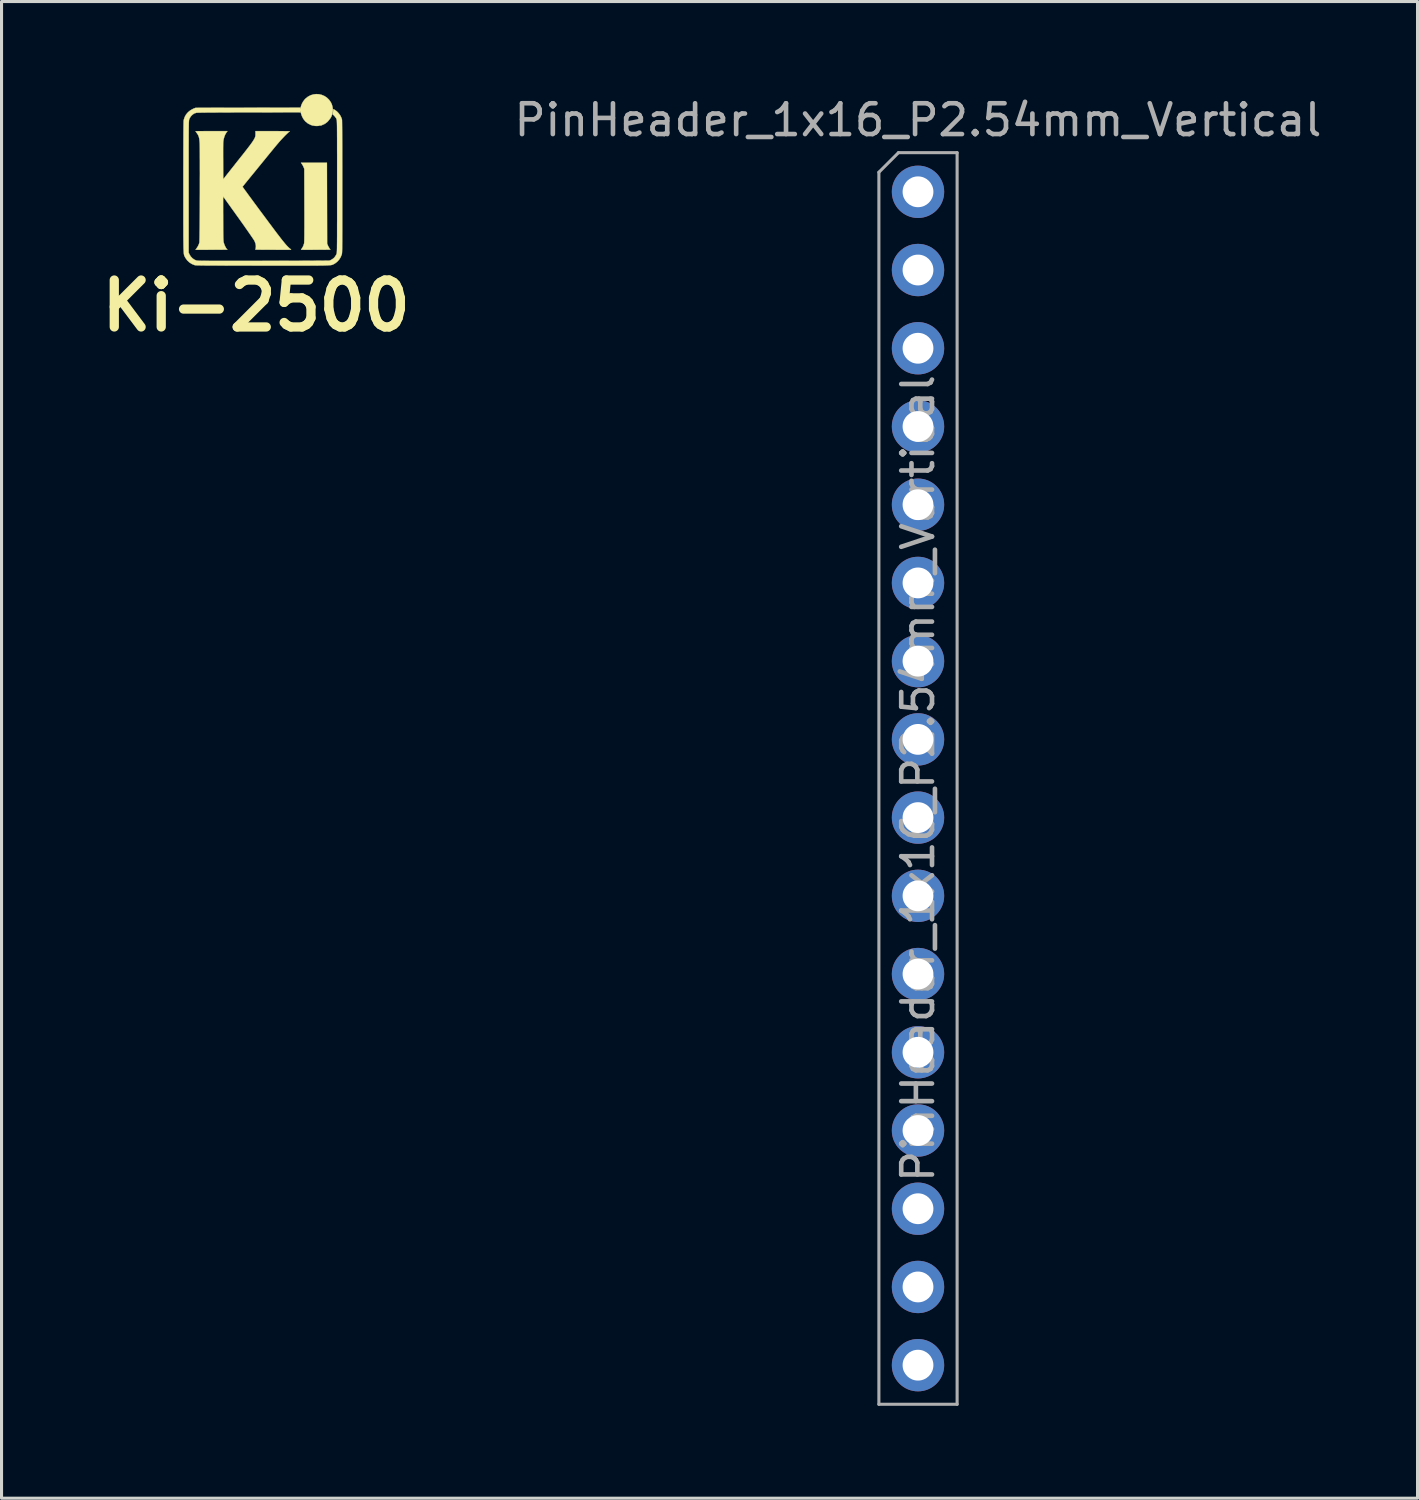
<source format=kicad_pcb>
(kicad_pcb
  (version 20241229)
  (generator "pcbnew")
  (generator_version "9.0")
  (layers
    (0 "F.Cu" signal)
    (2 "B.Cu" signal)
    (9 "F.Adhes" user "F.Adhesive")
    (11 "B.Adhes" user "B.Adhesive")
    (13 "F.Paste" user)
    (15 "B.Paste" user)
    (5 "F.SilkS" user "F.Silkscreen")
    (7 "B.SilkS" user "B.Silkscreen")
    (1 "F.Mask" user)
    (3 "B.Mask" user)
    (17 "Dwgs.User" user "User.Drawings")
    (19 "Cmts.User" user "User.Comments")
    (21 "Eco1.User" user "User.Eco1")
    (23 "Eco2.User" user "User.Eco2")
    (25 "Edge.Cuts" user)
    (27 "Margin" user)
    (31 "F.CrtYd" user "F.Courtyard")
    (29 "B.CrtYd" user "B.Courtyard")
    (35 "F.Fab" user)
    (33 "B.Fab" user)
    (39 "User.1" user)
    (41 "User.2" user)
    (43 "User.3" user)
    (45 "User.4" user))
  (footprint "Ki-2500"
    (layer "F.Cu")
    (at 5.494 2.802)
    (property "Reference" "Ki-2500" (at -0.225 4.075 0) (layer "F.SilkS") (effects (font (size 1.524 1.524) (thickness 0.3))))
    (attr through_hole)
    (fp_poly (pts (xy 2.075 0.744) (xy 2.078 2.057) (xy 2.1 2.113) (xy 2.12 2.153) (xy 2.143 2.194) (xy 2.154 2.212) (xy 2.185 2.255) (xy 1.707 2.258) (xy 1.611 2.258) (xy 1.521 2.259) (xy 1.44 2.259) (xy 1.369 2.259) (xy 1.31 2.258) (xy 1.266 2.258) (xy 1.239 2.257) (xy 1.229 2.256) (xy 1.235 2.247) (xy 1.249 2.227) (xy 1.253 2.221) (xy 1.3 2.143) (xy 1.329 2.056) (xy 1.331 2.047) (xy 1.332 2.03) (xy 1.334 2.001) (xy 1.336 1.959) (xy 1.337 1.903) (xy 1.338 1.832) (xy 1.339 1.746) (xy 1.339 1.644) (xy 1.34 1.526) (xy 1.34 1.39) (xy 1.34 1.236) (xy 1.34 1.064) (xy 1.339 0.872) (xy 1.339 0.808) (xy 1.336 -0.371) (xy 1.313 -0.426) (xy 1.294 -0.467) (xy 1.271 -0.508) (xy 1.259 -0.525) (xy 1.228 -0.569) (xy 2.072 -0.569) (xy 2.075 0.744)) (stroke (width 0.01) (type solid)) (fill yes) (layer "F.SilkS"))
    (fp_poly (pts (xy -1.193 -1.547) (xy -1.231 -1.483) (xy -1.261 -1.409) (xy -1.284 -1.32) (xy -1.285 -1.314) (xy -1.288 -1.295) (xy -1.291 -1.272) (xy -1.294 -1.244) (xy -1.296 -1.21) (xy -1.297 -1.167) (xy -1.298 -1.115) (xy -1.299 -1.051) (xy -1.299 -0.973) (xy -1.299 -0.88) (xy -1.299 -0.77) (xy -1.298 -0.642) (xy -1.298 -0.633) (xy -1.295 -0.032) (xy -1.158 -0.207) (xy -1.122 -0.251) (xy -1.077 -0.309) (xy -1.022 -0.378) (xy -0.961 -0.455) (xy -0.896 -0.538) (xy -0.828 -0.624) (xy -0.759 -0.711) (xy -0.706 -0.777) (xy -0.626 -0.878) (xy -0.558 -0.965) (xy -0.501 -1.039) (xy -0.452 -1.102) (xy -0.412 -1.156) (xy -0.378 -1.202) (xy -0.351 -1.241) (xy -0.328 -1.276) (xy -0.308 -1.307) (xy -0.291 -1.337) (xy -0.278 -1.361) (xy -0.264 -1.392) (xy -0.255 -1.42) (xy -0.25 -1.451) (xy -0.249 -1.494) (xy -0.249 -1.506) (xy -0.249 -1.595) (xy 0.307 -1.595) (xy 0.443 -1.595) (xy 0.561 -1.594) (xy 0.659 -1.593) (xy 0.739 -1.592) (xy 0.799 -1.591) (xy 0.84 -1.589) (xy 0.861 -1.586) (xy 0.864 -1.585) (xy 0.856 -1.575) (xy 0.853 -1.575) (xy 0.84 -1.568) (xy 0.816 -1.548) (xy 0.783 -1.517) (xy 0.742 -1.478) (xy 0.697 -1.433) (xy 0.65 -1.383) (xy 0.602 -1.332) (xy 0.556 -1.282) (xy 0.514 -1.234) (xy 0.481 -1.195) (xy 0.437 -1.143) (xy 0.385 -1.081) (xy 0.328 -1.011) (xy 0.267 -0.937) (xy 0.205 -0.862) (xy 0.153 -0.798) (xy 0.088 -0.718) (xy 0.014 -0.627) (xy -0.067 -0.528) (xy -0.15 -0.426) (xy -0.233 -0.324) (xy -0.312 -0.227) (xy -0.38 -0.144) (xy -0.44 -0.071) (xy -0.495 -0.003) (xy -0.545 0.058) (xy -0.588 0.111) (xy -0.623 0.155) (xy -0.649 0.187) (xy -0.664 0.207) (xy -0.668 0.212) (xy -0.662 0.221) (xy -0.645 0.245) (xy -0.618 0.283) (xy -0.581 0.335) (xy -0.534 0.398) (xy -0.48 0.473) (xy -0.418 0.557) (xy -0.349 0.651) (xy -0.275 0.752) (xy -0.195 0.86) (xy -0.111 0.974) (xy -0.023 1.092) (xy -0.015 1.102) (xy 0.099 1.256) (xy 0.202 1.395) (xy 0.294 1.518) (xy 0.377 1.629) (xy 0.45 1.726) (xy 0.516 1.811) (xy 0.573 1.886) (xy 0.624 1.951) (xy 0.669 2.006) (xy 0.708 2.054) (xy 0.742 2.094) (xy 0.773 2.128) (xy 0.8 2.156) (xy 0.825 2.18) (xy 0.847 2.201) (xy 0.865 2.215) (xy 0.89 2.236) (xy 0.906 2.251) (xy 0.91 2.257) (xy 0.899 2.258) (xy 0.87 2.258) (xy 0.824 2.258) (xy 0.764 2.259) (xy 0.69 2.259) (xy 0.605 2.259) (xy 0.511 2.259) (xy 0.409 2.258) (xy 0.327 2.258) (xy -0.252 2.255) (xy -0.242 2.212) (xy -0.235 2.138) (xy -0.247 2.059) (xy -0.278 1.977) (xy -0.28 1.973) (xy -0.292 1.952) (xy -0.315 1.916) (xy -0.349 1.866) (xy -0.392 1.803) (xy -0.443 1.729) (xy -0.502 1.644) (xy -0.568 1.55) (xy -0.639 1.448) (xy -0.716 1.34) (xy -0.797 1.226) (xy -0.805 1.215) (xy -0.88 1.111) (xy -0.951 1.011) (xy -1.019 0.917) (xy -1.081 0.83) (xy -1.137 0.752) (xy -1.186 0.684) (xy -1.227 0.626) (xy -1.259 0.581) (xy -1.282 0.549) (xy -1.295 0.532) (xy -1.297 0.529) (xy -1.298 0.538) (xy -1.298 0.566) (xy -1.299 0.611) (xy -1.299 0.671) (xy -1.299 0.746) (xy -1.299 0.832) (xy -1.299 0.93) (xy -1.299 1.037) (xy -1.298 1.151) (xy -1.298 1.25) (xy -1.297 1.39) (xy -1.296 1.512) (xy -1.296 1.616) (xy -1.295 1.704) (xy -1.294 1.778) (xy -1.293 1.839) (xy -1.292 1.889) (xy -1.29 1.929) (xy -1.288 1.96) (xy -1.286 1.985) (xy -1.284 2.005) (xy -1.281 2.02) (xy -1.277 2.034) (xy -1.276 2.037) (xy -1.254 2.1) (xy -1.228 2.158) (xy -1.201 2.205) (xy -1.182 2.229) (xy -1.158 2.255) (xy -1.676 2.258) (xy -1.777 2.258) (xy -1.871 2.259) (xy -1.956 2.259) (xy -2.032 2.259) (xy -2.095 2.259) (xy -2.145 2.258) (xy -2.178 2.258) (xy -2.194 2.257) (xy -2.195 2.257) (xy -2.189 2.248) (xy -2.174 2.228) (xy -2.164 2.215) (xy -2.126 2.158) (xy -2.093 2.092) (xy -2.071 2.032) (xy -2.07 2.016) (xy -2.068 1.981) (xy -2.067 1.928) (xy -2.065 1.86) (xy -2.064 1.776) (xy -2.063 1.679) (xy -2.061 1.569) (xy -2.06 1.449) (xy -2.059 1.319) (xy -2.058 1.181) (xy -2.057 1.036) (xy -2.056 0.885) (xy -2.056 0.73) (xy -2.055 0.573) (xy -2.054 0.414) (xy -2.054 0.255) (xy -2.054 0.097) (xy -2.054 -0.058) (xy -2.053 -0.209) (xy -2.054 -0.356) (xy -2.054 -0.495) (xy -2.054 -0.627) (xy -2.055 -0.749) (xy -2.055 -0.86) (xy -2.056 -0.96) (xy -2.057 -1.046) (xy -2.058 -1.118) (xy -2.059 -1.173) (xy -2.061 -1.211) (xy -2.061 -1.219) (xy -2.068 -1.299) (xy -2.077 -1.363) (xy -2.091 -1.416) (xy -2.109 -1.461) (xy -2.134 -1.504) (xy -2.155 -1.533) (xy -2.175 -1.56) (xy -2.189 -1.581) (xy -2.195 -1.59) (xy -2.185 -1.591) (xy -2.156 -1.592) (xy -2.112 -1.593) (xy -2.052 -1.594) (xy -1.98 -1.594) (xy -1.897 -1.595) (xy -1.806 -1.595) (xy -1.707 -1.595) (xy -1.676 -1.595) (xy -1.158 -1.595) (xy -1.193 -1.547)) (stroke (width 0.01) (type solid)) (fill yes) (layer "F.SilkS"))
    (fp_poly (pts (xy 1.817 -2.792) (xy 1.907 -2.77) (xy 1.993 -2.733) (xy 2.071 -2.681) (xy 2.14 -2.614) (xy 2.197 -2.533) (xy 2.212 -2.504) (xy 2.233 -2.454) (xy 2.25 -2.393) (xy 2.261 -2.332) (xy 2.266 -2.28) (xy 2.26 -2.216) (xy 2.243 -2.145) (xy 2.218 -2.076) (xy 2.209 -2.055) (xy 2.192 -2.026) (xy 2.167 -1.99) (xy 2.139 -1.954) (xy 2.11 -1.92) (xy 2.084 -1.892) (xy 2.063 -1.874) (xy 2.055 -1.87) (xy 2.04 -1.861) (xy 2.036 -1.854) (xy 2.027 -1.843) (xy 2.022 -1.844) (xy 2.01 -1.841) (xy 1.993 -1.828) (xy 1.978 -1.816) (xy 1.971 -1.814) (xy 1.971 -1.814) (xy 1.965 -1.815) (xy 1.957 -1.81) (xy 1.943 -1.803) (xy 1.937 -1.805) (xy 1.931 -1.804) (xy 1.93 -1.799) (xy 1.924 -1.792) (xy 1.92 -1.793) (xy 1.911 -1.792) (xy 1.91 -1.788) (xy 1.902 -1.781) (xy 1.89 -1.783) (xy 1.873 -1.784) (xy 1.869 -1.778) (xy 1.861 -1.772) (xy 1.844 -1.774) (xy 1.825 -1.776) (xy 1.819 -1.771) (xy 1.809 -1.767) (xy 1.784 -1.764) (xy 1.749 -1.762) (xy 1.737 -1.762) (xy 1.7 -1.763) (xy 1.671 -1.765) (xy 1.657 -1.769) (xy 1.656 -1.77) (xy 1.648 -1.774) (xy 1.631 -1.772) (xy 1.611 -1.771) (xy 1.605 -1.777) (xy 1.598 -1.783) (xy 1.59 -1.782) (xy 1.577 -1.782) (xy 1.575 -1.787) (xy 1.567 -1.793) (xy 1.56 -1.792) (xy 1.547 -1.793) (xy 1.544 -1.798) (xy 1.538 -1.805) (xy 1.534 -1.803) (xy 1.525 -1.805) (xy 1.524 -1.808) (xy 1.518 -1.815) (xy 1.514 -1.814) (xy 1.504 -1.815) (xy 1.504 -1.819) (xy 1.497 -1.825) (xy 1.494 -1.824) (xy 1.484 -1.825) (xy 1.483 -1.829) (xy 1.477 -1.835) (xy 1.473 -1.834) (xy 1.464 -1.835) (xy 1.463 -1.838) (xy 1.455 -1.848) (xy 1.449 -1.849) (xy 1.433 -1.857) (xy 1.429 -1.864) (xy 1.418 -1.878) (xy 1.412 -1.88) (xy 1.396 -1.888) (xy 1.372 -1.91) (xy 1.343 -1.943) (xy 1.313 -1.983) (xy 1.294 -2.012) (xy 1.26 -2.08) (xy 1.232 -2.16) (xy 1.216 -2.235) (xy 1.213 -2.252) (xy 1.211 -2.25) (xy 1.21 -2.233) (xy 1.209 -2.205) (xy -0.484 -2.202) (xy -0.709 -2.202) (xy -0.915 -2.202) (xy -1.102 -2.201) (xy -1.27 -2.201) (xy -1.422 -2.2) (xy -1.557 -2.199) (xy -1.677 -2.199) (xy -1.781 -2.198) (xy -1.872 -2.197) (xy -1.949 -2.196) (xy -2.014 -2.195) (xy -2.067 -2.194) (xy -2.108 -2.193) (xy -2.14 -2.192) (xy -2.162 -2.19) (xy -2.176 -2.189) (xy -2.182 -2.187) (xy -2.182 -2.187) (xy -2.191 -2.179) (xy -2.196 -2.18) (xy -2.212 -2.179) (xy -2.237 -2.167) (xy -2.269 -2.146) (xy -2.302 -2.12) (xy -2.332 -2.091) (xy -2.335 -2.087) (xy -2.363 -2.05) (xy -2.387 -2.008) (xy -2.397 -1.985) (xy -2.4 -1.978) (xy -2.402 -1.971) (xy -2.404 -1.963) (xy -2.406 -1.953) (xy -2.407 -1.94) (xy -2.409 -1.923) (xy -2.41 -1.901) (xy -2.412 -1.874) (xy -2.413 -1.841) (xy -2.414 -1.801) (xy -2.414 -1.752) (xy -2.415 -1.696) (xy -2.416 -1.629) (xy -2.416 -1.552) (xy -2.417 -1.464) (xy -2.417 -1.364) (xy -2.417 -1.251) (xy -2.418 -1.125) (xy -2.418 -0.984) (xy -2.418 -0.827) (xy -2.418 -0.654) (xy -2.418 -0.465) (xy -2.418 -0.257) (xy -2.418 -0.031) (xy -2.418 0.211) (xy -2.418 2.352) (xy -2.389 2.414) (xy -2.351 2.475) (xy -2.299 2.531) (xy -2.239 2.575) (xy -2.179 2.602) (xy -2.171 2.604) (xy -2.163 2.606) (xy -2.152 2.608) (xy -2.139 2.61) (xy -2.123 2.611) (xy -2.102 2.613) (xy -2.075 2.614) (xy -2.043 2.615) (xy -2.004 2.616) (xy -1.957 2.617) (xy -1.901 2.617) (xy -1.836 2.618) (xy -1.761 2.618) (xy -1.675 2.619) (xy -1.577 2.619) (xy -1.466 2.619) (xy -1.342 2.619) (xy -1.203 2.619) (xy -1.05 2.619) (xy -0.88 2.619) (xy -0.693 2.619) (xy -0.488 2.619) (xy -0.265 2.619) (xy -0.022 2.618) (xy 0.005 2.618) (xy 0.212 2.618) (xy 0.413 2.618) (xy 0.608 2.617) (xy 0.796 2.617) (xy 0.976 2.616) (xy 1.147 2.616) (xy 1.308 2.615) (xy 1.458 2.615) (xy 1.596 2.614) (xy 1.721 2.613) (xy 1.833 2.613) (xy 1.929 2.612) (xy 2.01 2.611) (xy 2.074 2.61) (xy 2.121 2.61) (xy 2.148 2.609) (xy 2.156 2.608) (xy 2.174 2.602) (xy 2.194 2.593) (xy 2.219 2.579) (xy 2.256 2.556) (xy 2.271 2.546) (xy 2.307 2.515) (xy 2.342 2.47) (xy 2.372 2.419) (xy 2.384 2.392) (xy 2.386 2.386) (xy 2.388 2.379) (xy 2.39 2.37) (xy 2.391 2.358) (xy 2.393 2.343) (xy 2.394 2.324) (xy 2.396 2.299) (xy 2.397 2.269) (xy 2.398 2.232) (xy 2.399 2.187) (xy 2.399 2.134) (xy 2.4 2.072) (xy 2.401 1.999) (xy 2.401 1.916) (xy 2.402 1.821) (xy 2.402 1.713) (xy 2.402 1.592) (xy 2.402 1.457) (xy 2.403 1.306) (xy 2.403 1.14) (xy 2.403 0.957) (xy 2.403 0.757) (xy 2.403 0.538) (xy 2.403 0.3) (xy 2.403 0.208) (xy 2.403 -0.037) (xy 2.403 -0.263) (xy 2.403 -0.47) (xy 2.403 -0.66) (xy 2.403 -0.832) (xy 2.402 -0.988) (xy 2.402 -1.129) (xy 2.402 -1.256) (xy 2.402 -1.368) (xy 2.401 -1.468) (xy 2.401 -1.556) (xy 2.4 -1.632) (xy 2.4 -1.699) (xy 2.399 -1.755) (xy 2.398 -1.803) (xy 2.397 -1.843) (xy 2.396 -1.876) (xy 2.395 -1.903) (xy 2.393 -1.924) (xy 2.392 -1.941) (xy 2.39 -1.954) (xy 2.388 -1.964) (xy 2.386 -1.972) (xy 2.384 -1.979) (xy 2.373 -2.008) (xy 2.362 -2.027) (xy 2.356 -2.032) (xy 2.347 -2.04) (xy 2.347 -2.042) (xy 2.34 -2.054) (xy 2.323 -2.075) (xy 2.306 -2.094) (xy 2.264 -2.135) (xy 2.271 -2.218) (xy 2.275 -2.257) (xy 2.278 -2.287) (xy 2.281 -2.303) (xy 2.282 -2.305) (xy 2.292 -2.302) (xy 2.313 -2.292) (xy 2.332 -2.281) (xy 2.398 -2.232) (xy 2.458 -2.168) (xy 2.509 -2.095) (xy 2.546 -2.016) (xy 2.559 -1.971) (xy 2.561 -1.955) (xy 2.562 -1.92) (xy 2.563 -1.865) (xy 2.564 -1.791) (xy 2.565 -1.698) (xy 2.566 -1.585) (xy 2.567 -1.452) (xy 2.568 -1.3) (xy 2.569 -1.127) (xy 2.569 -0.935) (xy 2.569 -0.723) (xy 2.57 -0.491) (xy 2.57 -0.239) (xy 2.57 0.034) (xy 2.57 0.215) (xy 2.57 0.46) (xy 2.57 0.686) (xy 2.57 0.894) (xy 2.57 1.083) (xy 2.57 1.256) (xy 2.57 1.412) (xy 2.57 1.553) (xy 2.57 1.68) (xy 2.569 1.793) (xy 2.569 1.893) (xy 2.569 1.981) (xy 2.568 2.058) (xy 2.567 2.124) (xy 2.567 2.182) (xy 2.566 2.23) (xy 2.565 2.271) (xy 2.564 2.304) (xy 2.563 2.332) (xy 2.561 2.354) (xy 2.56 2.372) (xy 2.558 2.386) (xy 2.556 2.397) (xy 2.554 2.406) (xy 2.552 2.415) (xy 2.55 2.42) (xy 2.515 2.504) (xy 2.465 2.582) (xy 2.402 2.65) (xy 2.331 2.704) (xy 2.304 2.719) (xy 2.292 2.725) (xy 2.282 2.731) (xy 2.271 2.736) (xy 2.261 2.741) (xy 2.249 2.745) (xy 2.235 2.749) (xy 2.218 2.753) (xy 2.198 2.756) (xy 2.173 2.759) (xy 2.142 2.761) (xy 2.106 2.764) (xy 2.062 2.766) (xy 2.01 2.767) (xy 1.95 2.769) (xy 1.88 2.77) (xy 1.8 2.771) (xy 1.709 2.772) (xy 1.605 2.772) (xy 1.489 2.773) (xy 1.359 2.773) (xy 1.215 2.773) (xy 1.055 2.773) (xy 0.879 2.773) (xy 0.687 2.773) (xy 0.476 2.773) (xy 0.247 2.773) (xy -0.002 2.773) (xy -0.015 2.773) (xy -0.27 2.773) (xy -0.506 2.772) (xy -0.723 2.772) (xy -0.922 2.772) (xy -1.103 2.772) (xy -1.267 2.771) (xy -1.416 2.771) (xy -1.549 2.77) (xy -1.668 2.77) (xy -1.773 2.769) (xy -1.864 2.769) (xy -1.944 2.768) (xy -2.011 2.767) (xy -2.068 2.766) (xy -2.114 2.765) (xy -2.151 2.764) (xy -2.179 2.762) (xy -2.199 2.761) (xy -2.211 2.76) (xy -2.215 2.759) (xy -2.312 2.721) (xy -2.397 2.667) (xy -2.469 2.598) (xy -2.527 2.515) (xy -2.538 2.494) (xy -2.544 2.482) (xy -2.55 2.472) (xy -2.555 2.461) (xy -2.559 2.451) (xy -2.564 2.439) (xy -2.567 2.425) (xy -2.571 2.407) (xy -2.574 2.386) (xy -2.577 2.36) (xy -2.579 2.329) (xy -2.581 2.291) (xy -2.583 2.246) (xy -2.585 2.193) (xy -2.586 2.131) (xy -2.587 2.06) (xy -2.588 1.978) (xy -2.589 1.884) (xy -2.59 1.779) (xy -2.59 1.66) (xy -2.59 1.527) (xy -2.591 1.38) (xy -2.591 1.217) (xy -2.591 1.038) (xy -2.591 0.841) (xy -2.591 0.626) (xy -2.591 0.393) (xy -2.591 0.215) (xy -2.591 -0.053) (xy -2.591 -0.3) (xy -2.59 -0.529) (xy -2.59 -0.738) (xy -2.59 -0.929) (xy -2.589 -1.102) (xy -2.589 -1.258) (xy -2.588 -1.396) (xy -2.588 -1.518) (xy -2.587 -1.624) (xy -2.586 -1.715) (xy -2.585 -1.79) (xy -2.584 -1.85) (xy -2.583 -1.897) (xy -2.581 -1.929) (xy -2.58 -1.948) (xy -2.579 -1.953) (xy -2.549 -2.048) (xy -2.502 -2.134) (xy -2.438 -2.209) (xy -2.36 -2.272) (xy -2.27 -2.321) (xy -2.25 -2.329) (xy -2.189 -2.352) (xy 1.208 -2.357) (xy 1.212 -2.329) (xy 1.215 -2.311) (xy 1.216 -2.312) (xy 1.218 -2.332) (xy 1.218 -2.332) (xy 1.229 -2.403) (xy 1.256 -2.477) (xy 1.296 -2.551) (xy 1.345 -2.618) (xy 1.376 -2.65) (xy 1.455 -2.713) (xy 1.54 -2.758) (xy 1.631 -2.786) (xy 1.724 -2.797) (xy 1.817 -2.792)) (stroke (width 0.01) (type solid)) (fill yes) (layer "F.SilkS")))
  (footprint "PinHeader_1x16_P2.54mm_Vertical"
    (layer "F.Cu")
    (at 26.758 3.178)
    (property "Reference" "PinHeader_1x16_P2.54mm_Vertical" (at 0 -2.33 180) (layer "F.Fab") (effects (font (size 1 1) (thickness 0.15))))
    (attr through_hole)
    (fp_line (start -1.27 -0.635) (end -0.635 -1.27) (stroke (width 0.1) (type solid)) (layer "F.Fab"))
    (fp_line (start -1.27 39.37) (end -1.27 -0.635) (stroke (width 0.1) (type solid)) (layer "F.Fab"))
    (fp_line (start -0.635 -1.27) (end 1.27 -1.27) (stroke (width 0.1) (type solid)) (layer "F.Fab"))
    (fp_line (start 1.27 -1.27) (end 1.27 39.37) (stroke (width 0.1) (type solid)) (layer "F.Fab"))
    (fp_line (start 1.27 39.37) (end -1.27 39.37) (stroke (width 0.1) (type solid)) (layer "F.Fab"))
    (fp_text user "${REFERENCE}" (at 0 19.05 90) (layer "F.Fab") (effects (font (size 1 1) (thickness 0.15))))
    (pad "1" thru_hole circle (at 0 0) (size 1.7 1.7) (drill 1) (layers "*.Cu" "*.Mask"))
    (pad "2" thru_hole oval (at 0 2.54) (size 1.7 1.7) (drill 1) (layers "*.Cu" "*.Mask"))
    (pad "3" thru_hole oval (at 0 5.08) (size 1.7 1.7) (drill 1) (layers "*.Cu" "*.Mask"))
    (pad "4" thru_hole oval (at 0 7.62) (size 1.7 1.7) (drill 1) (layers "*.Cu" "*.Mask"))
    (pad "5" thru_hole oval (at 0 10.16) (size 1.7 1.7) (drill 1) (layers "*.Cu" "*.Mask"))
    (pad "6" thru_hole oval (at 0 12.7) (size 1.7 1.7) (drill 1) (layers "*.Cu" "*.Mask"))
    (pad "7" thru_hole oval (at 0 15.24) (size 1.7 1.7) (drill 1) (layers "*.Cu" "*.Mask"))
    (pad "8" thru_hole oval (at 0 17.78) (size 1.7 1.7) (drill 1) (layers "*.Cu" "*.Mask"))
    (pad "9" thru_hole oval (at 0 20.32) (size 1.7 1.7) (drill 1) (layers "*.Cu" "*.Mask"))
    (pad "10" thru_hole oval (at 0 22.86) (size 1.7 1.7) (drill 1) (layers "*.Cu" "*.Mask"))
    (pad "11" thru_hole oval (at 0 25.4) (size 1.7 1.7) (drill 1) (layers "*.Cu" "*.Mask"))
    (pad "12" thru_hole oval (at 0 27.94) (size 1.7 1.7) (drill 1) (layers "*.Cu" "*.Mask"))
    (pad "13" thru_hole oval (at 0 30.48) (size 1.7 1.7) (drill 1) (layers "*.Cu" "*.Mask"))
    (pad "14" thru_hole oval (at 0 33.02) (size 1.7 1.7) (drill 1) (layers "*.Cu" "*.Mask"))
    (pad "15" thru_hole oval (at 0 35.56) (size 1.7 1.7) (drill 1) (layers "*.Cu" "*.Mask"))
    (pad "16" thru_hole oval (at 0 38.1) (size 1.7 1.7) (drill 1) (layers "*.Cu" "*.Mask")))
  (gr_rect
    (start -3 -3)
    (end 42.978 45.598)
    (stroke (width 0.1) (type default))
    (fill no)
    (layer "Edge.Cuts")))
</source>
